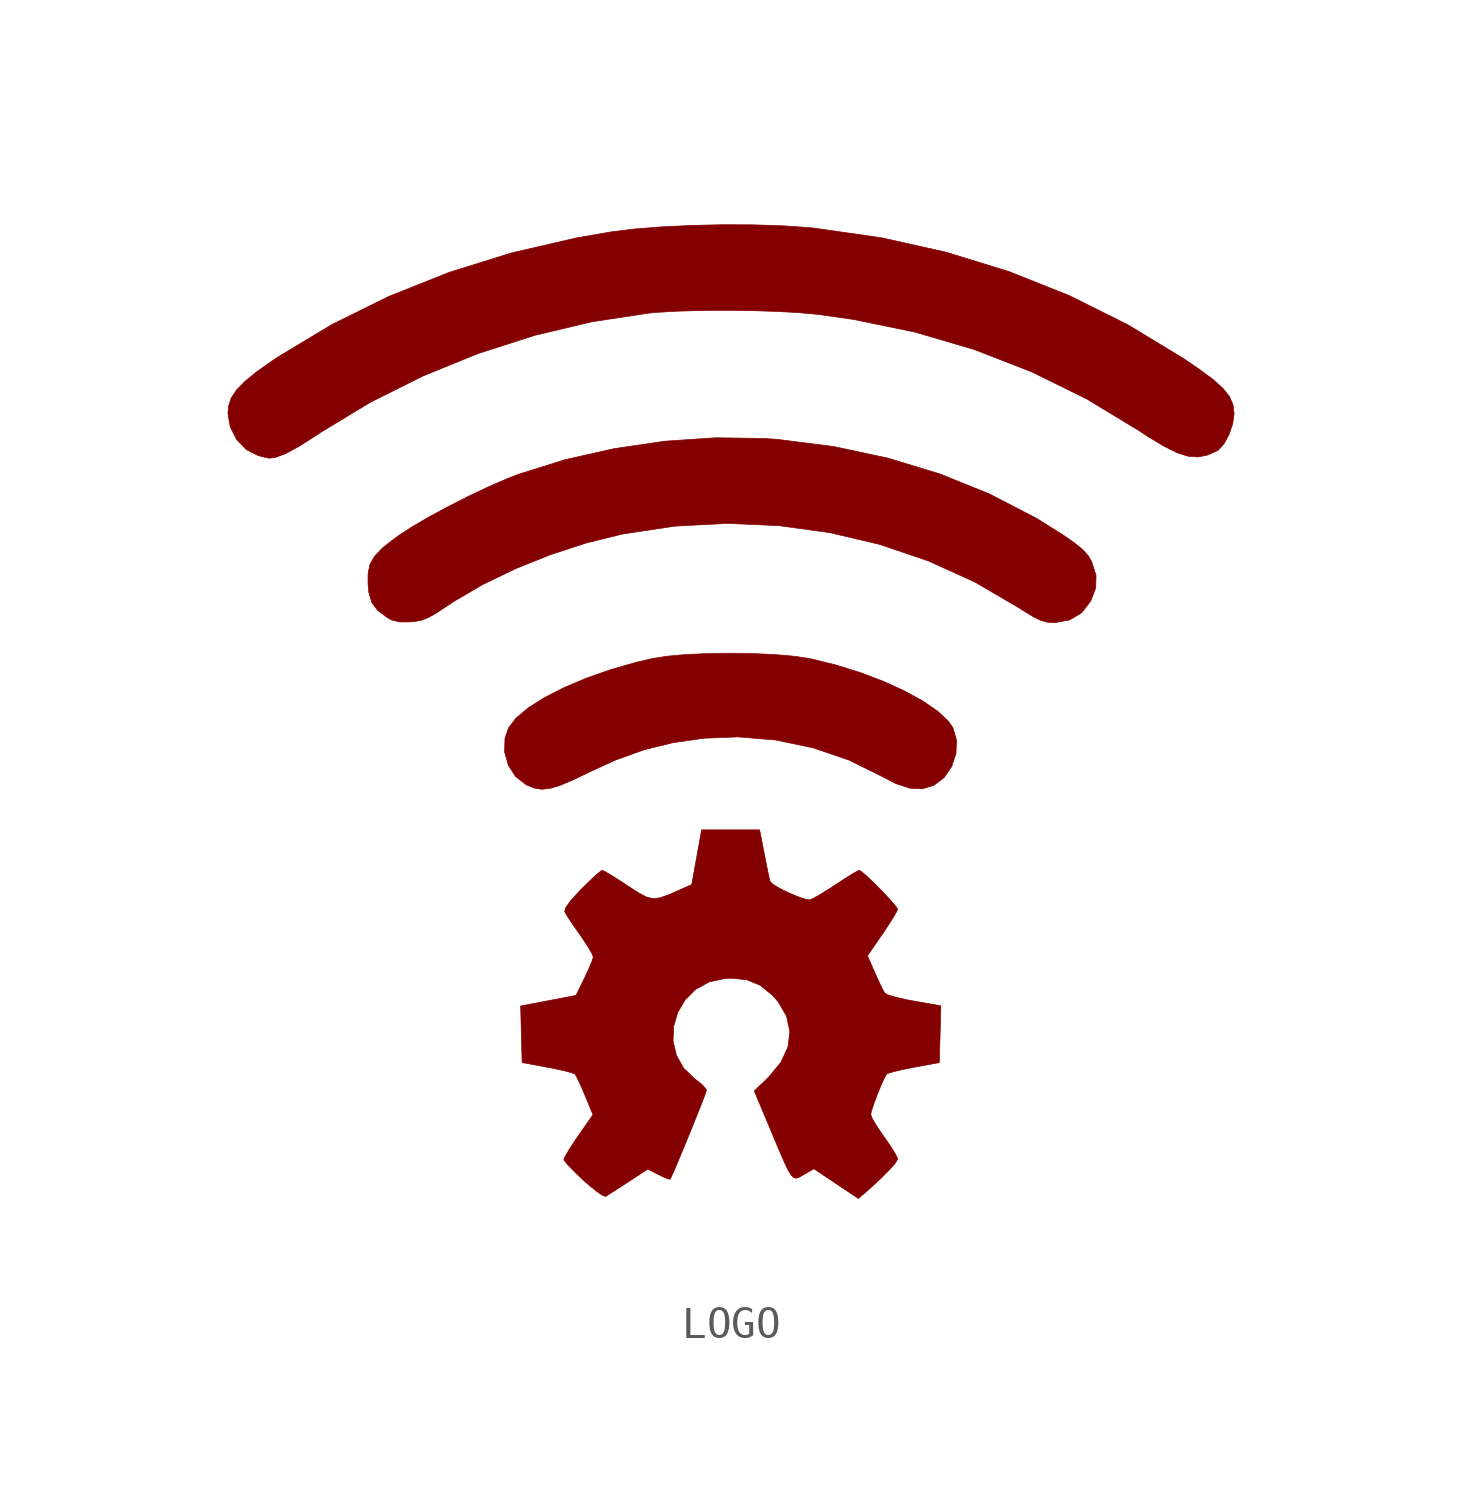
<source format=kicad_sym>
(kicad_symbol_lib
  (version 20210619)
  (generator bitmap2component)
  (symbol "LOGO"
    (pin_names
      (offset 1.016))
    (property "Reference" "#G"
      (at 0 14.69 0)
      (effects (font (size 1.27 1.27)) hide))
    (symbol "LOGO_0_0"
      (polyline (pts (xy 4.23 -15.219) (xy 4.401 -15.069) (xy 4.743 -14.752) (xy 5.011 -14.482) (xy 5.187 -14.279) (xy 5.249 -14.162) (xy 5.244 -14.136) (xy 5.167 -13.984) (xy 5.02 -13.749) (xy 4.826 -13.47) (xy 4.757 -13.374) (xy 4.576 -13.103) (xy 4.45 -12.887) (xy 4.403 -12.766) (xy 4.429 -12.643) (xy 4.506 -12.41) (xy 4.613 -12.125) (xy 4.729 -11.841) (xy 4.833 -11.612) (xy 4.904 -11.491) (xy 4.945 -11.469) (xy 5.127 -11.415) (xy 5.413 -11.347) (xy 5.764 -11.277) (xy 6.562 -11.13) (xy 6.585 -10.237) (xy 6.609 -9.344) (xy 5.766 -9.196) (xy 5.524 -9.15) (xy 5.197 -9.075) (xy 4.958 -9.004) (xy 4.847 -8.948) (xy 4.777 -8.825) (xy 4.665 -8.595) (xy 4.536 -8.309) (xy 4.3 -7.771) (xy 4.775 -7.079) (xy 4.905 -6.887) (xy 5.082 -6.612) (xy 5.204 -6.407) (xy 5.249 -6.307) (xy 5.242 -6.288) (xy 5.152 -6.165) (xy 4.98 -5.97) (xy 4.76 -5.737) (xy 4.524 -5.499) (xy 4.304 -5.288) (xy 4.133 -5.138) (xy 4.043 -5.08) (xy 3.998 -5.098) (xy 3.832 -5.192) (xy 3.581 -5.348) (xy 3.279 -5.546) (xy 3.088 -5.671) (xy 2.805 -5.846) (xy 2.59 -5.967) (xy 2.478 -6.011) (xy 2.325 -5.983) (xy 2.077 -5.898) (xy 1.796 -5.777) (xy 1.53 -5.645) (xy 1.327 -5.522) (xy 1.236 -5.432) (xy 1.226 -5.393) (xy 1.182 -5.197) (xy 1.121 -4.9) (xy 1.052 -4.551) (xy 0.908 -3.81) (xy -0.917 -3.81) (xy -1.072 -4.67) (xy -1.228 -5.531) (xy -1.669 -5.726) (xy -1.954 -5.85) (xy -2.229 -5.948) (xy -2.448 -5.973) (xy -2.66 -5.919) (xy -2.916 -5.782) (xy -3.263 -5.556) (xy -3.473 -5.418) (xy -3.748 -5.244) (xy -3.95 -5.124) (xy -4.044 -5.08) (xy -4.083 -5.101) (xy -4.225 -5.218) (xy -4.437 -5.415) (xy -4.692 -5.665) (xy -4.752 -5.727) (xy -5.029 -6.03) (xy -5.189 -6.25) (xy -5.225 -6.377) (xy -5.21 -6.408) (xy -5.111 -6.571) (xy -4.948 -6.816) (xy -4.747 -7.104) (xy -4.668 -7.217) (xy -4.49 -7.487) (xy -4.368 -7.698) (xy -4.324 -7.811) (xy -4.324 -7.815) (xy -4.367 -7.948) (xy -4.465 -8.181) (xy -4.599 -8.467) (xy -4.868 -9.017) (xy -6.609 -9.349) (xy -6.586 -10.239) (xy -6.562 -11.13) (xy -5.764 -11.277) (xy -5.563 -11.316) (xy -5.242 -11.386) (xy -5.008 -11.448) (xy -4.9 -11.491) (xy -4.893 -11.5) (xy -4.821 -11.63) (xy -4.711 -11.866) (xy -4.584 -12.164) (xy -4.334 -12.77) (xy -4.792 -13.427) (xy -4.903 -13.589) (xy -5.081 -13.863) (xy -5.204 -14.07) (xy -5.25 -14.176) (xy -5.228 -14.221) (xy -5.104 -14.368) (xy -4.898 -14.581) (xy -4.637 -14.829) (xy -4.463 -14.982) (xy -4.217 -15.182) (xy -4.031 -15.309) (xy -3.937 -15.341) (xy -3.911 -15.325) (xy -3.76 -15.229) (xy -3.521 -15.075) (xy -3.231 -14.887) (xy -2.61 -14.482) (xy -2.27 -14.655) (xy -2.169 -14.705) (xy -1.99 -14.783) (xy -1.91 -14.801) (xy -1.867 -14.718) (xy -1.772 -14.505) (xy -1.641 -14.196) (xy -1.485 -13.823) (xy -1.318 -13.417) (xy -1.153 -13.01) (xy -1.002 -12.633) (xy -0.878 -12.318) (xy -0.795 -12.096) (xy -0.765 -11.998) (xy -0.783 -11.954) (xy -0.904 -11.822) (xy -1.101 -11.666) (xy -1.116 -11.655) (xy -1.482 -11.307) (xy -1.712 -10.896) (xy -1.815 -10.448) (xy -1.797 -9.991) (xy -1.667 -9.55) (xy -1.433 -9.153) (xy -1.102 -8.825) (xy -0.681 -8.593) (xy -0.179 -8.484) (xy 0.008 -8.475) (xy 0.502 -8.524) (xy 0.92 -8.696) (xy 1.306 -9.007) (xy 1.484 -9.207) (xy 1.753 -9.666) (xy 1.858 -10.146) (xy 1.801 -10.634) (xy 1.581 -11.116) (xy 1.199 -11.578) (xy 0.74 -12.022) (xy 1.275 -13.298) (xy 1.293 -13.342) (xy 1.512 -13.864) (xy 1.679 -14.249) (xy 1.805 -14.514) (xy 1.906 -14.677) (xy 1.993 -14.754) (xy 2.079 -14.764) (xy 2.179 -14.723) (xy 2.306 -14.649) (xy 2.614 -14.468) (xy 3.314 -14.937) (xy 4.015 -15.406) (xy 4.23 -15.219)) (stroke (width 0.01)) (fill (type outline)))
      (polyline (pts (xy -5.687 -2.506) (xy -5.37 -2.411) (xy -4.966 -2.241) (xy -4.447 -1.99) (xy -3.629 -1.615) (xy -2.727 -1.29) (xy -1.814 -1.066) (xy -0.832 -0.926) (xy 0.221 -0.885) (xy 1.415 -0.984) (xy 2.593 -1.23) (xy 3.722 -1.616) (xy 4.771 -2.134) (xy 5.185 -2.35) (xy 5.632 -2.499) (xy 6.023 -2.518) (xy 6.383 -2.412) (xy 6.707 -2.171) (xy 6.946 -1.823) (xy 7.083 -1.414) (xy 7.103 -0.991) (xy 6.989 -0.601) (xy 6.844 -0.391) (xy 6.508 -0.076) (xy 6.04 0.244) (xy 5.464 0.561) (xy 4.8 0.863) (xy 4.07 1.14) (xy 3.295 1.381) (xy 2.498 1.576) (xy 2.498 1.576) (xy 2.019 1.65) (xy 1.417 1.703) (xy 0.734 1.735) (xy 0.01 1.747) (xy -0.713 1.737) (xy -1.392 1.707) (xy -1.987 1.655) (xy -2.455 1.582) (xy -2.967 1.463) (xy -3.778 1.231) (xy -4.545 0.962) (xy -5.246 0.665) (xy -5.862 0.35) (xy -6.371 0.028) (xy -6.754 -0.292) (xy -6.989 -0.601) (xy -7.103 -0.935) (xy -7.113 -1.365) (xy -6.995 -1.78) (xy -6.764 -2.137) (xy -6.433 -2.392) (xy -6.414 -2.401) (xy -6.18 -2.495) (xy -5.947 -2.532) (xy -5.687 -2.506)) (stroke (width 0.01)) (fill (type outline)))
      (polyline (pts (xy 10.2 2.71) (xy 10.665 2.795) (xy 11.042 3.023) (xy 11.322 3.388) (xy 11.48 3.801) (xy 11.49 4.195) (xy 11.353 4.624) (xy 11.352 4.625) (xy 11.241 4.817) (xy 11.073 5.004) (xy 10.818 5.213) (xy 10.444 5.473) (xy 9.605 5.997) (xy 8.149 6.752) (xy 6.593 7.382) (xy 4.954 7.881) (xy 3.245 8.247) (xy 1.482 8.472) (xy 1.056 8.503) (xy -0.483 8.524) (xy -2.068 8.417) (xy -3.659 8.185) (xy -5.213 7.835) (xy -6.689 7.372) (xy -7.03 7.239) (xy -7.608 6.988) (xy -8.238 6.69) (xy -8.878 6.365) (xy -9.487 6.037) (xy -10.021 5.725) (xy -10.44 5.453) (xy -10.588 5.346) (xy -10.956 5.056) (xy -11.202 4.8) (xy -11.346 4.547) (xy -11.408 4.265) (xy -11.41 3.921) (xy -11.384 3.655) (xy -11.291 3.34) (xy -11.107 3.095) (xy -10.795 2.862) (xy -10.666 2.792) (xy -10.417 2.731) (xy -10.075 2.732) (xy -9.949 2.743) (xy -9.728 2.785) (xy -9.51 2.87) (xy -9.25 3.018) (xy -8.901 3.249) (xy -8.72 3.37) (xy -7.804 3.907) (xy -6.772 4.405) (xy -5.67 4.847) (xy -4.541 5.215) (xy -3.429 5.49) (xy -3.382 5.5) (xy -1.76 5.744) (xy -0.126 5.83) (xy 1.506 5.761) (xy 3.117 5.539) (xy 4.694 5.167) (xy 6.22 4.648) (xy 7.68 3.985) (xy 9.057 3.18) (xy 9.202 3.086) (xy 9.517 2.894) (xy 9.754 2.78) (xy 9.954 2.724) (xy 10.159 2.709) (xy 10.2 2.71)) (stroke (width 0.01)) (fill (type outline)))
      (polyline (pts (xy -14.334 7.901) (xy -14.003 8.025) (xy -13.565 8.263) (xy -13.012 8.618) (xy -12.894 8.697) (xy -11.339 9.639) (xy -9.681 10.468) (xy -7.948 11.173) (xy -6.169 11.745) (xy -4.371 12.172) (xy -2.583 12.444) (xy -2.303 12.47) (xy -1.666 12.507) (xy -0.928 12.527) (xy -0.133 12.532) (xy 0.676 12.522) (xy 1.454 12.498) (xy 2.156 12.458) (xy 2.74 12.405) (xy 3.838 12.25) (xy 5.785 11.85) (xy 7.664 11.298) (xy 9.472 10.594) (xy 11.202 9.742) (xy 12.851 8.742) (xy 13.12 8.565) (xy 13.626 8.258) (xy 14.041 8.052) (xy 14.39 7.942) (xy 14.701 7.92) (xy 14.997 7.981) (xy 15.305 8.117) (xy 15.344 8.143) (xy 15.518 8.339) (xy 15.675 8.632) (xy 15.789 8.964) (xy 15.832 9.277) (xy 15.832 9.281) (xy 15.799 9.561) (xy 15.688 9.82) (xy 15.481 10.08) (xy 15.16 10.367) (xy 14.704 10.702) (xy 14.238 11.02) (xy 12.49 12.079) (xy 10.664 12.99) (xy 8.761 13.75) (xy 6.785 14.359) (xy 4.739 14.816) (xy 2.625 15.119) (xy 2.457 15.136) (xy 1.637 15.192) (xy 0.721 15.222) (xy -0.248 15.226) (xy -1.226 15.204) (xy -2.169 15.159) (xy -3.031 15.091) (xy -3.77 15) (xy -4.847 14.813) (xy -6.891 14.341) (xy -8.863 13.726) (xy -10.752 12.973) (xy -12.55 12.084) (xy -14.246 11.064) (xy -14.393 10.966) (xy -14.905 10.606) (xy -15.284 10.297) (xy -15.548 10.024) (xy -15.714 9.771) (xy -15.797 9.519) (xy -15.817 9.286) (xy -15.742 8.858) (xy -15.543 8.468) (xy -15.245 8.157) (xy -14.871 7.966) (xy -14.865 7.965) (xy -14.655 7.909) (xy -14.52 7.882) (xy -14.334 7.901)) (stroke (width 0.01)) (fill (type outline))))))
</source>
